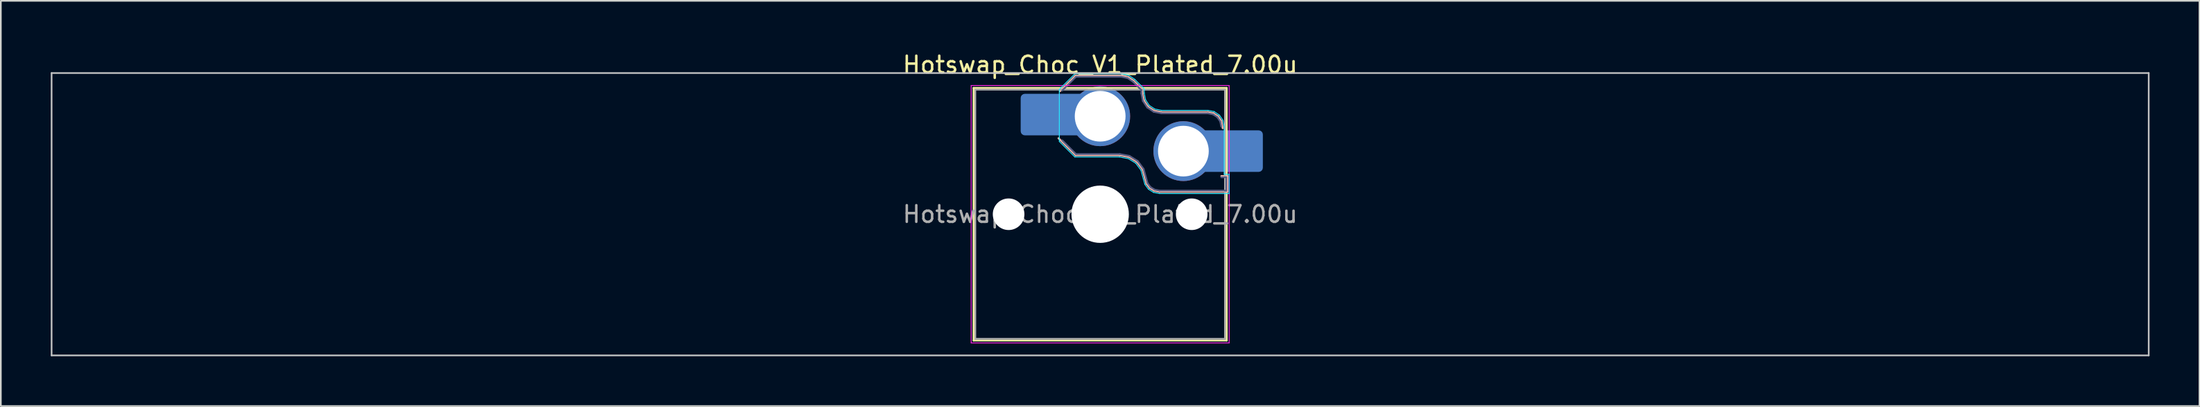
<source format=kicad_pcb>
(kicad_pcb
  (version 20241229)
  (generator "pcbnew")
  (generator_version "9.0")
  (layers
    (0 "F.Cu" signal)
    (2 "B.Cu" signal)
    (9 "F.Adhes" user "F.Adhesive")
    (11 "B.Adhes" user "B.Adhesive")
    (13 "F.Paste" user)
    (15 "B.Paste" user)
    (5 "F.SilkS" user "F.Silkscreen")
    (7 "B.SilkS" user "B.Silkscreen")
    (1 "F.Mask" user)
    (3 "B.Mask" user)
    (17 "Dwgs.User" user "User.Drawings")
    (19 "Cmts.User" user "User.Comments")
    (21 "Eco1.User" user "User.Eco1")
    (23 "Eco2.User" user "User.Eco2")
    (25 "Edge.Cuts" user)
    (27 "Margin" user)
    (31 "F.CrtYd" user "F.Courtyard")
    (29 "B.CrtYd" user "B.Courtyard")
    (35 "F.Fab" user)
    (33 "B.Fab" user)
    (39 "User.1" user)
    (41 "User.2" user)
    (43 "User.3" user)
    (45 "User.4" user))
  (footprint "Hotswap_Choc_V1_Plated_7.00u"
    (layer "F.Cu")
    (at 63.05 9.848)
    (property "Reference" "Hotswap_Choc_V1_Plated_7.00u" (at 0 -9 0) (layer "F.SilkS") (effects (font (size 1 1) (thickness 0.15))))
    (attr smd)
    (fp_line (start -7.6 -7.6) (end -7.6 7.6) (stroke (width 0.12) (type solid)) (layer "F.SilkS"))
    (fp_line (start -7.6 7.6) (end 7.6 7.6) (stroke (width 0.12) (type solid)) (layer "F.SilkS"))
    (fp_line (start 7.6 -7.6) (end -7.6 -7.6) (stroke (width 0.12) (type solid)) (layer "F.SilkS"))
    (fp_line (start 7.6 7.6) (end 7.6 -7.6) (stroke (width 0.12) (type solid)) (layer "F.SilkS"))
    (fp_line (start -2.416 -7.409) (end -1.479 -8.346) (stroke (width 0.12) (type solid)) (layer "B.SilkS"))
    (fp_line (start -1.479 -8.346) (end 1.268 -8.346) (stroke (width 0.12) (type solid)) (layer "B.SilkS"))
    (fp_line (start -1.479 -3.554) (end -2.5 -4.575) (stroke (width 0.12) (type solid)) (layer "B.SilkS"))
    (fp_line (start 1.168 -3.554) (end -1.479 -3.554) (stroke (width 0.12) (type solid)) (layer "B.SilkS"))
    (fp_line (start 1.268 -8.346) (end 1.671 -8.266) (stroke (width 0.12) (type solid)) (layer "B.SilkS"))
    (fp_line (start 1.671 -8.266) (end 2.013 -8.037) (stroke (width 0.12) (type solid)) (layer "B.SilkS"))
    (fp_line (start 1.73 -3.449) (end 1.168 -3.554) (stroke (width 0.12) (type solid)) (layer "B.SilkS"))
    (fp_line (start 2.013 -8.037) (end 2.546 -7.504) (stroke (width 0.12) (type solid)) (layer "B.SilkS"))
    (fp_line (start 2.209 -3.15) (end 1.73 -3.449) (stroke (width 0.12) (type solid)) (layer "B.SilkS"))
    (fp_line (start 2.546 -7.504) (end 2.546 -7.282) (stroke (width 0.12) (type solid)) (layer "B.SilkS"))
    (fp_line (start 2.546 -7.282) (end 2.633 -6.844) (stroke (width 0.12) (type solid)) (layer "B.SilkS"))
    (fp_line (start 2.547 -2.697) (end 2.209 -3.15) (stroke (width 0.12) (type solid)) (layer "B.SilkS"))
    (fp_line (start 2.633 -6.844) (end 2.877 -6.477) (stroke (width 0.12) (type solid)) (layer "B.SilkS"))
    (fp_line (start 2.701 -2.139) (end 2.547 -2.697) (stroke (width 0.12) (type solid)) (layer "B.SilkS"))
    (fp_line (start 2.783 -1.841) (end 2.701 -2.139) (stroke (width 0.12) (type solid)) (layer "B.SilkS"))
    (fp_line (start 2.877 -6.477) (end 3.244 -6.233) (stroke (width 0.12) (type solid)) (layer "B.SilkS"))
    (fp_line (start 2.976 -1.583) (end 2.783 -1.841) (stroke (width 0.12) (type solid)) (layer "B.SilkS"))
    (fp_line (start 3.244 -6.233) (end 3.682 -6.146) (stroke (width 0.12) (type solid)) (layer "B.SilkS"))
    (fp_line (start 3.25 -1.413) (end 2.976 -1.583) (stroke (width 0.12) (type solid)) (layer "B.SilkS"))
    (fp_line (start 3.56 -1.354) (end 3.25 -1.413) (stroke (width 0.12) (type solid)) (layer "B.SilkS"))
    (fp_line (start 3.682 -6.146) (end 6.482 -6.146) (stroke (width 0.12) (type solid)) (layer "B.SilkS"))
    (fp_line (start 6.482 -6.146) (end 6.809 -6.081) (stroke (width 0.12) (type solid)) (layer "B.SilkS"))
    (fp_line (start 6.809 -6.081) (end 7.092 -5.892) (stroke (width 0.12) (type solid)) (layer "B.SilkS"))
    (fp_line (start 7.092 -5.892) (end 7.281 -5.609) (stroke (width 0.12) (type solid)) (layer "B.SilkS"))
    (fp_line (start 7.281 -5.609) (end 7.366 -5.182) (stroke (width 0.12) (type solid)) (layer "B.SilkS"))
    (fp_line (start 7.283 -2.296) (end 7.646 -2.296) (stroke (width 0.12) (type solid)) (layer "B.SilkS"))
    (fp_line (start 7.646 -2.296) (end 7.646 -1.354) (stroke (width 0.12) (type solid)) (layer "B.SilkS"))
    (fp_line (start 7.646 -1.354) (end 3.56 -1.354) (stroke (width 0.12) (type solid)) (layer "B.SilkS"))
    (fp_line (start -63 -8.5) (end -63 8.5) (stroke (width 0.1) (type solid)) (layer "Dwgs.User"))
    (fp_line (start -63 8.5) (end 63 8.5) (stroke (width 0.1) (type solid)) (layer "Dwgs.User"))
    (fp_line (start 63 -8.5) (end -63 -8.5) (stroke (width 0.1) (type solid)) (layer "Dwgs.User"))
    (fp_line (start 63 8.5) (end 63 -8.5) (stroke (width 0.1) (type solid)) (layer "Dwgs.User"))
    (fp_line (start -7.25 -7.25) (end -7.25 7.25) (stroke (width 0.1) (type solid)) (layer "Eco1.User"))
    (fp_line (start -7.25 7.25) (end 7.25 7.25) (stroke (width 0.1) (type solid)) (layer "Eco1.User"))
    (fp_line (start 7.25 -7.25) (end -7.25 -7.25) (stroke (width 0.1) (type solid)) (layer "Eco1.User"))
    (fp_line (start 7.25 7.25) (end 7.25 -7.25) (stroke (width 0.1) (type solid)) (layer "Eco1.User"))
    (fp_line (start -2.452 -7.523) (end -1.523 -8.452) (stroke (width 0.05) (type solid)) (layer "B.CrtYd"))
    (fp_line (start -2.452 -4.377) (end -2.452 -7.523) (stroke (width 0.05) (type solid)) (layer "B.CrtYd"))
    (fp_line (start -1.523 -8.452) (end 1.278 -8.452) (stroke (width 0.05) (type solid)) (layer "B.CrtYd"))
    (fp_line (start -1.523 -3.448) (end -2.452 -4.377) (stroke (width 0.05) (type solid)) (layer "B.CrtYd"))
    (fp_line (start 1.159 -3.448) (end -1.523 -3.448) (stroke (width 0.05) (type solid)) (layer "B.CrtYd"))
    (fp_line (start 1.278 -8.452) (end 1.712 -8.366) (stroke (width 0.05) (type solid)) (layer "B.CrtYd"))
    (fp_line (start 1.691 -3.348) (end 1.159 -3.448) (stroke (width 0.05) (type solid)) (layer "B.CrtYd"))
    (fp_line (start 1.712 -8.366) (end 2.081 -8.119) (stroke (width 0.05) (type solid)) (layer "B.CrtYd"))
    (fp_line (start 2.081 -8.119) (end 2.652 -7.548) (stroke (width 0.05) (type solid)) (layer "B.CrtYd"))
    (fp_line (start 2.136 -3.071) (end 1.691 -3.348) (stroke (width 0.05) (type solid)) (layer "B.CrtYd"))
    (fp_line (start 2.45 -2.65) (end 2.136 -3.071) (stroke (width 0.05) (type solid)) (layer "B.CrtYd"))
    (fp_line (start 2.599 -2.111) (end 2.45 -2.65) (stroke (width 0.05) (type solid)) (layer "B.CrtYd"))
    (fp_line (start 2.652 -7.548) (end 2.652 -7.292) (stroke (width 0.05) (type solid)) (layer "B.CrtYd"))
    (fp_line (start 2.652 -7.292) (end 2.733 -6.885) (stroke (width 0.05) (type solid)) (layer "B.CrtYd"))
    (fp_line (start 2.687 -1.794) (end 2.599 -2.111) (stroke (width 0.05) (type solid)) (layer "B.CrtYd"))
    (fp_line (start 2.733 -6.885) (end 2.953 -6.553) (stroke (width 0.05) (type solid)) (layer "B.CrtYd"))
    (fp_line (start 2.903 -1.503) (end 2.687 -1.794) (stroke (width 0.05) (type solid)) (layer "B.CrtYd"))
    (fp_line (start 2.953 -6.553) (end 3.285 -6.333) (stroke (width 0.05) (type solid)) (layer "B.CrtYd"))
    (fp_line (start 3.211 -1.312) (end 2.903 -1.503) (stroke (width 0.05) (type solid)) (layer "B.CrtYd"))
    (fp_line (start 3.285 -6.333) (end 3.692 -6.252) (stroke (width 0.05) (type solid)) (layer "B.CrtYd"))
    (fp_line (start 3.55 -1.248) (end 3.211 -1.312) (stroke (width 0.05) (type solid)) (layer "B.CrtYd"))
    (fp_line (start 3.692 -6.252) (end 6.492 -6.252) (stroke (width 0.05) (type solid)) (layer "B.CrtYd"))
    (fp_line (start 6.492 -6.252) (end 6.85 -6.181) (stroke (width 0.05) (type solid)) (layer "B.CrtYd"))
    (fp_line (start 6.85 -6.181) (end 7.168 -5.968) (stroke (width 0.05) (type solid)) (layer "B.CrtYd"))
    (fp_line (start 7.168 -5.968) (end 7.381 -5.65) (stroke (width 0.05) (type solid)) (layer "B.CrtYd"))
    (fp_line (start 7.381 -5.65) (end 7.452 -5.292) (stroke (width 0.05) (type solid)) (layer "B.CrtYd"))
    (fp_line (start 7.452 -5.292) (end 7.452 -2.402) (stroke (width 0.05) (type solid)) (layer "B.CrtYd"))
    (fp_line (start 7.452 -2.402) (end 7.752 -2.402) (stroke (width 0.05) (type solid)) (layer "B.CrtYd"))
    (fp_line (start 7.752 -2.402) (end 7.752 -1.248) (stroke (width 0.05) (type solid)) (layer "B.CrtYd"))
    (fp_line (start 7.752 -1.248) (end 3.55 -1.248) (stroke (width 0.05) (type solid)) (layer "B.CrtYd"))
    (fp_line (start -7.75 -7.75) (end -7.75 7.75) (stroke (width 0.05) (type solid)) (layer "F.CrtYd"))
    (fp_line (start -7.75 7.75) (end 7.75 7.75) (stroke (width 0.05) (type solid)) (layer "F.CrtYd"))
    (fp_line (start 7.75 -7.75) (end -7.75 -7.75) (stroke (width 0.05) (type solid)) (layer "F.CrtYd"))
    (fp_line (start 7.75 7.75) (end 7.75 -7.75) (stroke (width 0.05) (type solid)) (layer "F.CrtYd"))
    (fp_line (start -2.275 -7.45) (end -1.45 -8.275) (stroke (width 0.1) (type solid)) (layer "B.Fab"))
    (fp_line (start -1.45 -8.275) (end 1.261 -8.275) (stroke (width 0.1) (type solid)) (layer "B.Fab"))
    (fp_line (start -1.45 -3.625) (end -2.275 -4.45) (stroke (width 0.1) (type solid)) (layer "B.Fab"))
    (fp_line (start 1.175 -3.625) (end -1.45 -3.625) (stroke (width 0.1) (type solid)) (layer "B.Fab"))
    (fp_line (start 1.261 -8.275) (end 1.643 -8.199) (stroke (width 0.1) (type solid)) (layer "B.Fab"))
    (fp_line (start 1.643 -8.199) (end 1.968 -7.982) (stroke (width 0.1) (type solid)) (layer "B.Fab"))
    (fp_line (start 1.756 -3.516) (end 1.175 -3.625) (stroke (width 0.1) (type solid)) (layer "B.Fab"))
    (fp_line (start 1.968 -7.982) (end 2.475 -7.475) (stroke (width 0.1) (type solid)) (layer "B.Fab"))
    (fp_line (start 2.258 -3.203) (end 1.756 -3.516) (stroke (width 0.1) (type solid)) (layer "B.Fab"))
    (fp_line (start 2.475 -7.475) (end 2.475 -7.275) (stroke (width 0.1) (type solid)) (layer "B.Fab"))
    (fp_line (start 2.475 -7.275) (end 2.566 -6.816) (stroke (width 0.1) (type solid)) (layer "B.Fab"))
    (fp_line (start 2.566 -6.816) (end 2.826 -6.426) (stroke (width 0.1) (type solid)) (layer "B.Fab"))
    (fp_line (start 2.612 -2.729) (end 2.258 -3.203) (stroke (width 0.1) (type solid)) (layer "B.Fab"))
    (fp_line (start 2.769 -2.158) (end 2.612 -2.729) (stroke (width 0.1) (type solid)) (layer "B.Fab"))
    (fp_line (start 2.826 -6.426) (end 3.216 -6.166) (stroke (width 0.1) (type solid)) (layer "B.Fab"))
    (fp_line (start 2.848 -1.873) (end 2.769 -2.158) (stroke (width 0.1) (type solid)) (layer "B.Fab"))
    (fp_line (start 3.025 -1.636) (end 2.848 -1.873) (stroke (width 0.1) (type solid)) (layer "B.Fab"))
    (fp_line (start 3.216 -6.166) (end 3.675 -6.075) (stroke (width 0.1) (type solid)) (layer "B.Fab"))
    (fp_line (start 3.276 -1.48) (end 3.025 -1.636) (stroke (width 0.1) (type solid)) (layer "B.Fab"))
    (fp_line (start 3.567 -1.425) (end 3.276 -1.48) (stroke (width 0.1) (type solid)) (layer "B.Fab"))
    (fp_line (start 3.675 -6.075) (end 6.475 -6.075) (stroke (width 0.1) (type solid)) (layer "B.Fab"))
    (fp_line (start 6.475 -6.075) (end 6.781 -6.014) (stroke (width 0.1) (type solid)) (layer "B.Fab"))
    (fp_line (start 6.781 -6.014) (end 7.041 -5.841) (stroke (width 0.1) (type solid)) (layer "B.Fab"))
    (fp_line (start 7.041 -5.841) (end 7.214 -5.581) (stroke (width 0.1) (type solid)) (layer "B.Fab"))
    (fp_line (start 7.214 -5.581) (end 7.275 -5.275) (stroke (width 0.1) (type solid)) (layer "B.Fab"))
    (fp_line (start 7.275 -2.225) (end 7.575 -2.225) (stroke (width 0.1) (type solid)) (layer "B.Fab"))
    (fp_line (start 7.575 -2.225) (end 7.575 -1.425) (stroke (width 0.1) (type solid)) (layer "B.Fab"))
    (fp_line (start 7.575 -1.425) (end 3.567 -1.425) (stroke (width 0.1) (type solid)) (layer "B.Fab"))
    (fp_line (start -7.5 -7.5) (end -7.5 7.5) (stroke (width 0.1) (type solid)) (layer "F.Fab"))
    (fp_line (start -7.5 7.5) (end 7.5 7.5) (stroke (width 0.1) (type solid)) (layer "F.Fab"))
    (fp_line (start 7.5 -7.5) (end -7.5 -7.5) (stroke (width 0.1) (type solid)) (layer "F.Fab"))
    (fp_line (start 7.5 7.5) (end 7.5 -7.5) (stroke (width 0.1) (type solid)) (layer "F.Fab"))
    (fp_text user "${REFERENCE}" (at 0 0 0) (layer "F.Fab") (effects (font (size 1 1) (thickness 0.15))))
    (pad "" np_thru_hole circle (at -5.5 0) (size 1.9 1.9) (drill 1.9) (layers "*.Cu" "*.Mask"))
    (pad "" smd roundrect (at -3.5 -6) (size 2.55 2.5) (layers "B.Mask" "B.Paste") (roundrect_rratio 0.1))
    (pad "" np_thru_hole circle (at 0 0) (size 3.45 3.45) (drill 3.45) (layers "*.Cu" "*.Mask"))
    (pad "" np_thru_hole circle (at 5.5 0) (size 1.9 1.9) (drill 1.9) (layers "*.Cu" "*.Mask"))
    (pad "" smd roundrect (at 8.5 -3.8) (size 2.55 2.5) (layers "B.Mask" "B.Paste") (roundrect_rratio 0.1))
    (pad "1" smd roundrect (at -2.85 -6) (size 3.85 2.5) (layers "B.Cu") (roundrect_rratio 0.1))
    (pad "1" thru_hole circle (at 0 -5.9) (size 3.6 3.6) (drill 3.05) (layers "*.Cu" "*.Mask"))
    (pad "2" thru_hole circle (at 5 -3.8) (size 3.6 3.6) (drill 3.05) (layers "*.Cu" "*.Mask"))
    (pad "2" smd roundrect (at 7.85 -3.8) (size 3.85 2.5) (layers "B.Cu") (roundrect_rratio 0.1)))
  (gr_rect
    (start -3 -3)
    (end 129.1 21.398)
    (stroke (width 0.1) (type default))
    (fill no)
    (layer "Edge.Cuts")))
</source>
